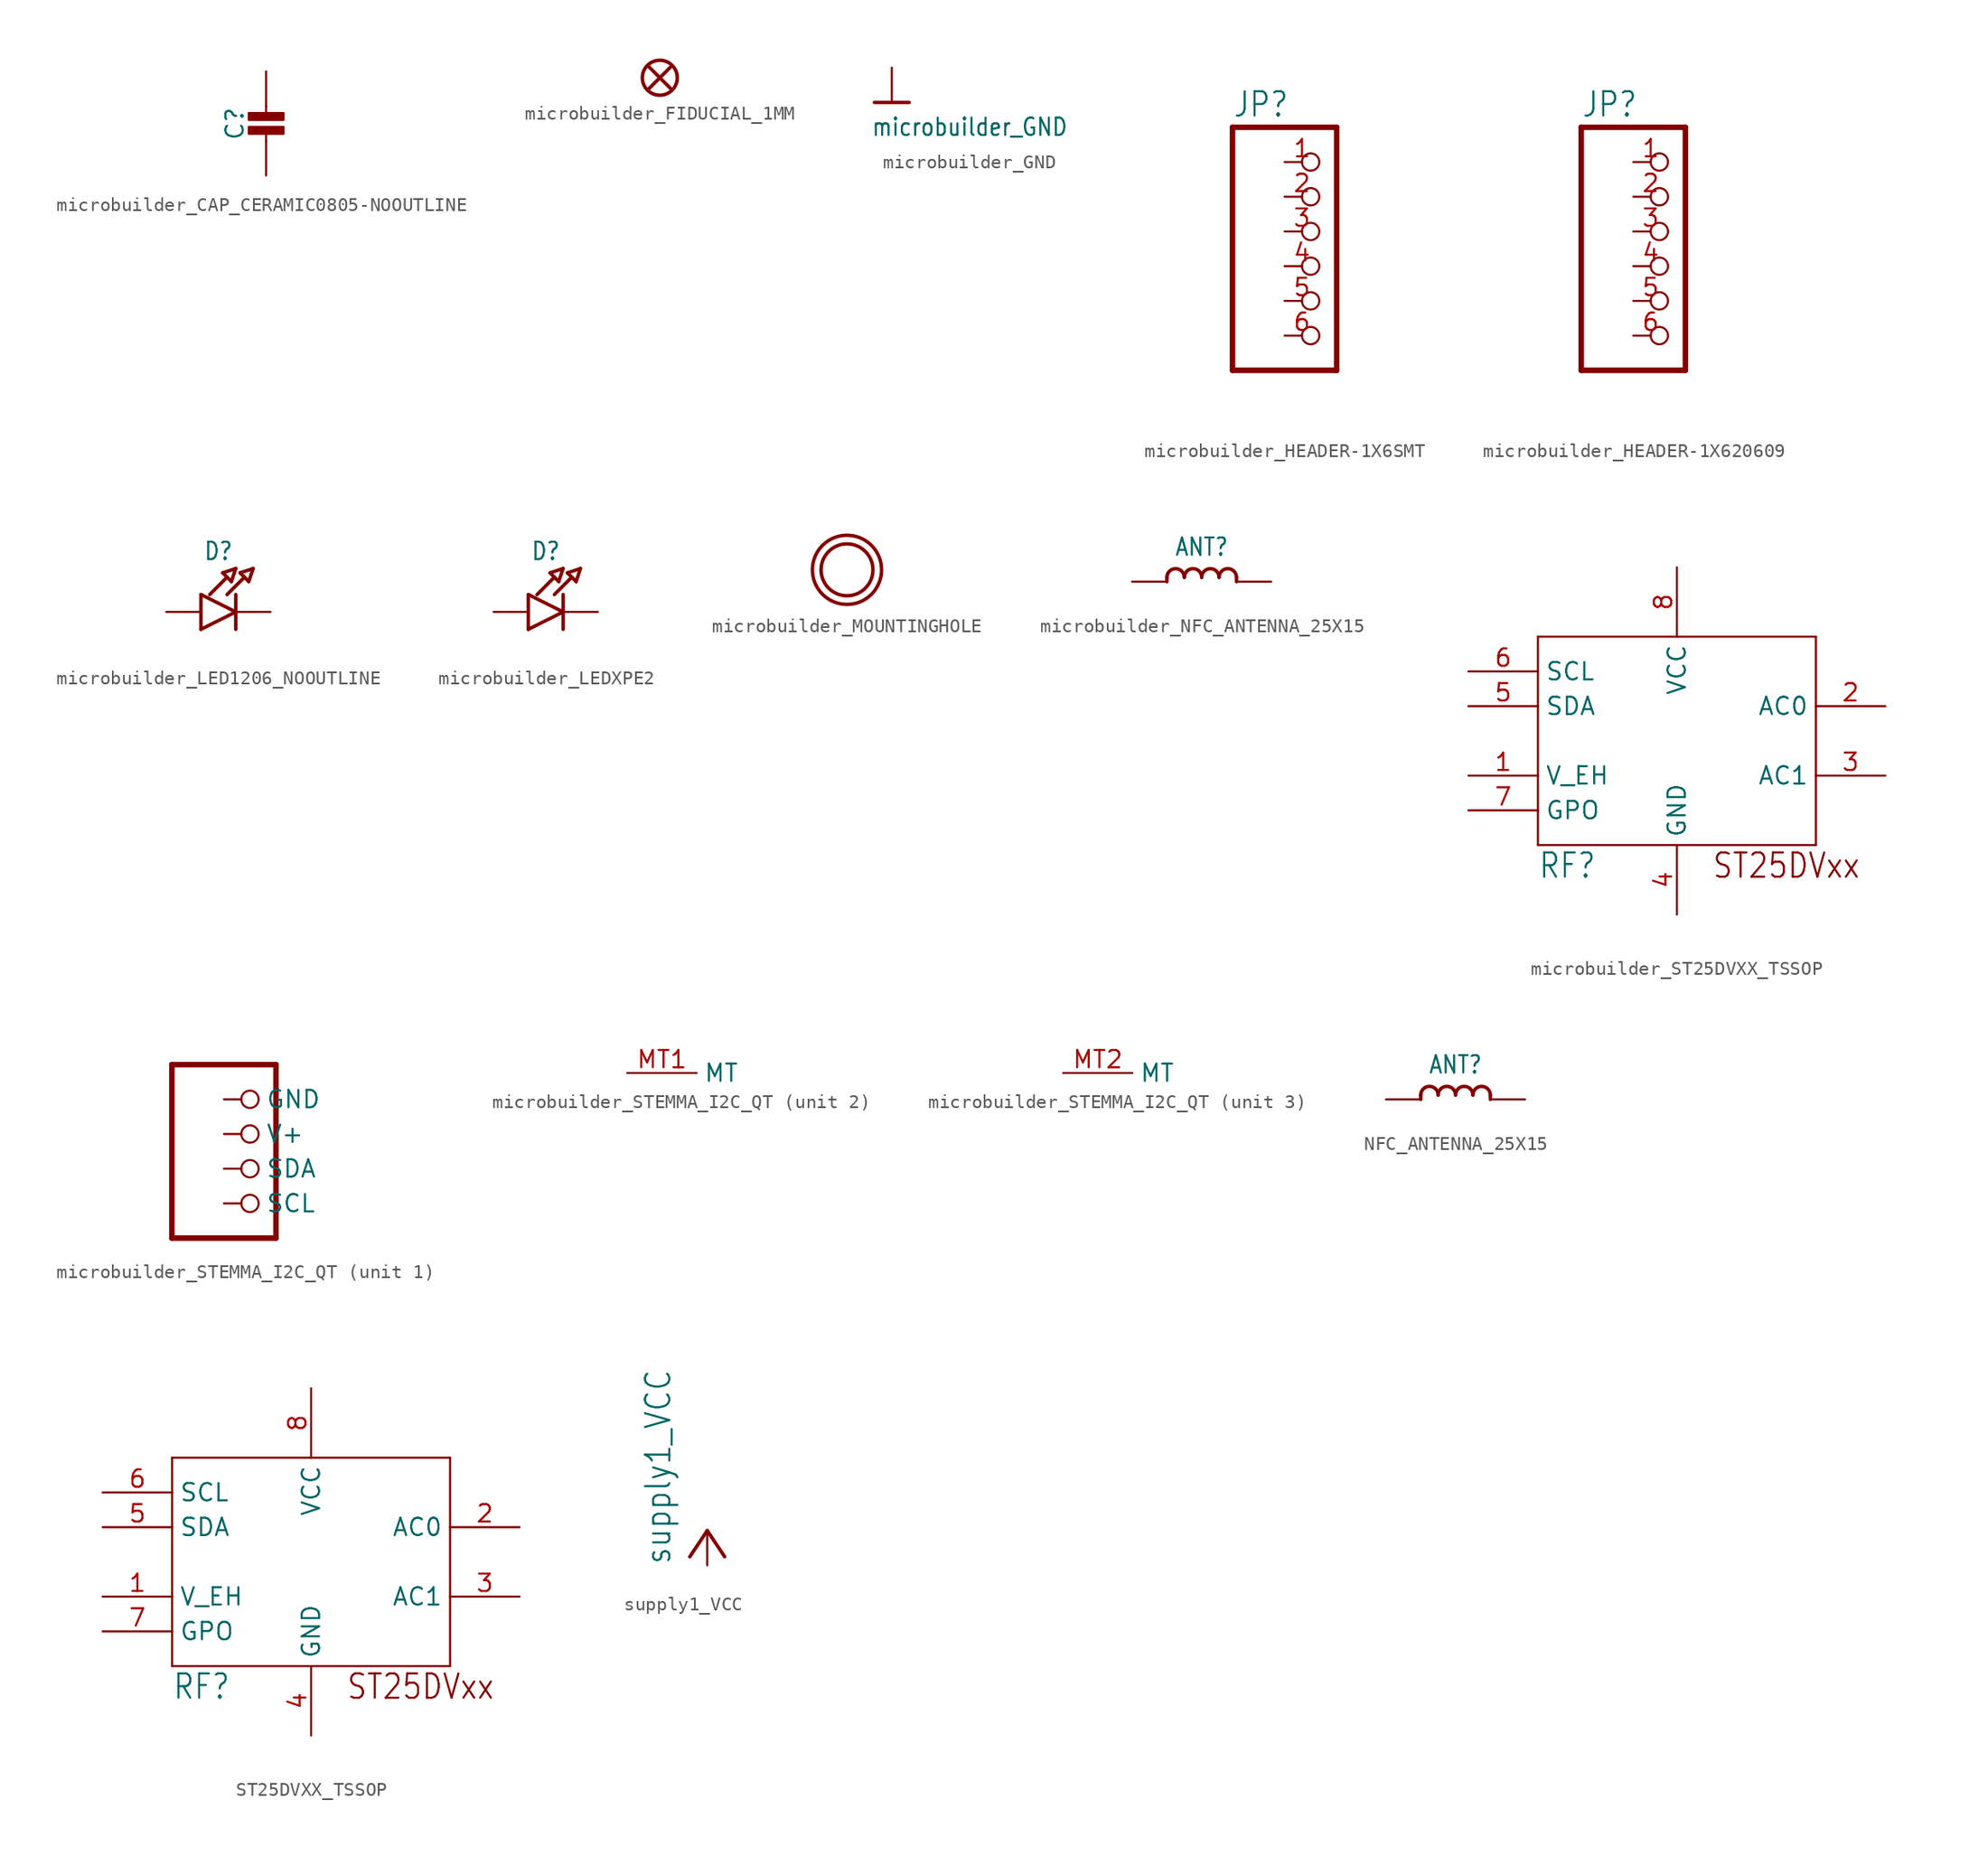
<source format=kicad_sym>
(kicad_symbol_lib
  (version 20220914)
  (generator kicad_symbol_editor)
  (symbol "microbuilder_CAP_CERAMIC0805-NOOUTLINE"
    (property "Reference" "C"
      (at -2.29 1.25 90)
      (effects (font (size 1.27 1.27))))
    (property "Value" ""
      (at 2.3 1.25 90)
      (effects (font (size 1.27 1.27))))
    (property "ki_locked" ""
      (at 0 0 0)
      (effects (font (size 1.27 1.27))))
    (symbol "microbuilder_CAP_CERAMIC0805-NOOUTLINE_1_0"
      (rectangle (start -1.27 0.508) (end 1.27 1.016) (stroke (width 0) (type default)) (fill (type outline)))
      (rectangle (start -1.27 1.524) (end 1.27 2.032) (stroke (width 0) (type default)) (fill (type outline)))
      (polyline (pts (xy 0 0.762) (xy 0 0)) (stroke (width 0.152) (type solid)) (fill (type none)))
      (polyline (pts (xy 0 2.54) (xy 0 1.778)) (stroke (width 0.152) (type solid)) (fill (type none)))
      (pin passive line (at 0 5.08 270) (length 2.54) (name "1" (effects (font (size 0 0)))) (number "1" (effects (font (size 0 0)))))
      (pin passive line (at 0 -2.54 90) (length 2.54) (name "2" (effects (font (size 0 0)))) (number "2" (effects (font (size 0 0)))))))
  (symbol "microbuilder_FIDUCIAL_1MM"
    (property "Reference" "FID"
      (at 0 0 0)
      (effects (font (size 1.27 1.27)) hide))
    (property "ki_locked" ""
      (at 0 0 0)
      (effects (font (size 1.27 1.27))))
    (symbol "microbuilder_FIDUCIAL_1MM_1_0"
      (polyline (pts (xy -0.762 0.762) (xy 0.762 -0.762)) (stroke (width 0.254) (type solid)) (fill (type none)))
      (polyline (pts (xy 0.762 0.762) (xy -0.762 -0.762)) (stroke (width 0.254) (type solid)) (fill (type none)))
      (circle (center 0 0) (radius 1.27) (stroke (width 0.254) (type solid)) (fill (type none)))))
  (symbol "microbuilder_GND"
    (power)
    (property "Reference" ""
      (at 0 0 0)
      (effects (font (size 1.27 1.27)) hide))
    (property "Value" "microbuilder_GND"
      (at -1.524 -2.54 0)
      (effects (font (size 1.27 1.079)) (justify left bottom)))
    (property "ki_locked" ""
      (at 0 0 0)
      (effects (font (size 1.27 1.27))))
    (symbol "microbuilder_GND_1_0"
      (polyline (pts (xy -1.27 0) (xy 1.27 0)) (stroke (width 0.254) (type solid)) (fill (type none)))
      (pin power_in line (at 0 2.54 270) (length 2.54) (name "GND" (effects (font (size 0 0)))) (number "1" (effects (font (size 0 0)))))))
  (symbol "microbuilder_HEADER-1X6SMT"
    (property "Reference" "JP"
      (at -6.35 10.795 0)
      (effects (font (size 1.778 1.511)) (justify left bottom)))
    (property "Value" ""
      (at -6.35 -10.16 0)
      (effects (font (size 1.778 1.511)) (justify left bottom)))
    (property "ki_locked" ""
      (at 0 0 0)
      (effects (font (size 1.27 1.27))))
    (symbol "microbuilder_HEADER-1X6SMT_1_0"
      (polyline (pts (xy -6.35 -7.62) (xy 1.27 -7.62)) (stroke (width 0.406) (type solid)) (fill (type none)))
      (polyline (pts (xy -6.35 10.16) (xy -6.35 -7.62)) (stroke (width 0.406) (type solid)) (fill (type none)))
      (polyline (pts (xy 1.27 -7.62) (xy 1.27 10.16)) (stroke (width 0.406) (type solid)) (fill (type none)))
      (polyline (pts (xy 1.27 10.16) (xy -6.35 10.16)) (stroke (width 0.406) (type solid)) (fill (type none)))
      (pin passive inverted (at -2.54 7.62 0) (length 2.54) (name "1" (effects (font (size 0 0)))) (number "1" (effects (font (size 1.27 1.27)))))
      (pin passive inverted (at -2.54 5.08 0) (length 2.54) (name "2" (effects (font (size 0 0)))) (number "2" (effects (font (size 1.27 1.27)))))
      (pin passive inverted (at -2.54 2.54 0) (length 2.54) (name "3" (effects (font (size 0 0)))) (number "3" (effects (font (size 1.27 1.27)))))
      (pin passive inverted (at -2.54 0 0) (length 2.54) (name "4" (effects (font (size 0 0)))) (number "4" (effects (font (size 1.27 1.27)))))
      (pin passive inverted (at -2.54 -2.54 0) (length 2.54) (name "5" (effects (font (size 0 0)))) (number "5" (effects (font (size 1.27 1.27)))))
      (pin passive inverted (at -2.54 -5.08 0) (length 2.54) (name "6" (effects (font (size 0 0)))) (number "6" (effects (font (size 1.27 1.27)))))))
  (symbol "microbuilder_HEADER-1X620609"
    (property "Reference" "JP"
      (at -6.35 10.795 0)
      (effects (font (size 1.778 1.511)) (justify left bottom)))
    (property "Value" ""
      (at -6.35 -10.16 0)
      (effects (font (size 1.778 1.511)) (justify left bottom)))
    (property "ki_locked" ""
      (at 0 0 0)
      (effects (font (size 1.27 1.27))))
    (symbol "microbuilder_HEADER-1X620609_1_0"
      (polyline (pts (xy -6.35 -7.62) (xy 1.27 -7.62)) (stroke (width 0.406) (type solid)) (fill (type none)))
      (polyline (pts (xy -6.35 10.16) (xy -6.35 -7.62)) (stroke (width 0.406) (type solid)) (fill (type none)))
      (polyline (pts (xy 1.27 -7.62) (xy 1.27 10.16)) (stroke (width 0.406) (type solid)) (fill (type none)))
      (polyline (pts (xy 1.27 10.16) (xy -6.35 10.16)) (stroke (width 0.406) (type solid)) (fill (type none)))
      (pin passive inverted (at -2.54 7.62 0) (length 2.54) (name "1" (effects (font (size 0 0)))) (number "1" (effects (font (size 1.27 1.27)))))
      (pin passive inverted (at -2.54 5.08 0) (length 2.54) (name "2" (effects (font (size 0 0)))) (number "2" (effects (font (size 1.27 1.27)))))
      (pin passive inverted (at -2.54 2.54 0) (length 2.54) (name "3" (effects (font (size 0 0)))) (number "3" (effects (font (size 1.27 1.27)))))
      (pin passive inverted (at -2.54 0 0) (length 2.54) (name "4" (effects (font (size 0 0)))) (number "4" (effects (font (size 1.27 1.27)))))
      (pin passive inverted (at -2.54 -2.54 0) (length 2.54) (name "5" (effects (font (size 0 0)))) (number "5" (effects (font (size 1.27 1.27)))))
      (pin passive inverted (at -2.54 -5.08 0) (length 2.54) (name "6" (effects (font (size 0 0)))) (number "6" (effects (font (size 1.27 1.27)))))))
  (symbol "microbuilder_LED1206_NOOUTLINE"
    (property "Reference" "D"
      (at -1.27 4.445 0)
      (effects (font (size 1.27 1.079))))
    (property "Value" ""
      (at -1.27 -2.794 0)
      (effects (font (size 1.27 1.079))))
    (property "ki_locked" ""
      (at 0 0 0)
      (effects (font (size 1.27 1.27))))
    (symbol "microbuilder_LED1206_NOOUTLINE_1_0"
      (polyline (pts (xy -2.54 -1.27) (xy 0 0)) (stroke (width 0.254) (type solid)) (fill (type none)))
      (polyline (pts (xy -2.54 1.27) (xy -2.54 -1.27)) (stroke (width 0.254) (type solid)) (fill (type none)))
      (polyline (pts (xy -1.905 1.27) (xy -0.635 2.54)) (stroke (width 0.254) (type solid)) (fill (type none)))
      (polyline (pts (xy -0.953 2.857) (xy -0.318 2.223)) (stroke (width 0.254) (type solid)) (fill (type none)))
      (polyline (pts (xy -0.635 1.27) (xy 0.635 2.54)) (stroke (width 0.254) (type solid)) (fill (type none)))
      (polyline (pts (xy -0.318 2.223) (xy 0 3.175)) (stroke (width 0.254) (type solid)) (fill (type none)))
      (polyline (pts (xy 0 0) (xy -2.54 1.27)) (stroke (width 0.254) (type solid)) (fill (type none)))
      (polyline (pts (xy 0 0) (xy 0 -1.27)) (stroke (width 0.254) (type solid)) (fill (type none)))
      (polyline (pts (xy 0 1.27) (xy 0 0)) (stroke (width 0.254) (type solid)) (fill (type none)))
      (polyline (pts (xy 0 3.175) (xy -0.953 2.857)) (stroke (width 0.254) (type solid)) (fill (type none)))
      (polyline (pts (xy 0.318 2.857) (xy 0.953 2.223)) (stroke (width 0.254) (type solid)) (fill (type none)))
      (polyline (pts (xy 0.953 2.223) (xy 1.27 3.175)) (stroke (width 0.254) (type solid)) (fill (type none)))
      (polyline (pts (xy 1.27 3.175) (xy 0.318 2.857)) (stroke (width 0.254) (type solid)) (fill (type none)))
      (pin passive line (at -5.08 0 0) (length 2.54) (name "A" (effects (font (size 0 0)))) (number "A" (effects (font (size 0 0)))))
      (pin passive line (at 2.54 0 180) (length 2.54) (name "C" (effects (font (size 0 0)))) (number "C" (effects (font (size 0 0)))))))
  (symbol "microbuilder_LEDXPE2"
    (property "Reference" "D"
      (at -1.27 4.445 0)
      (effects (font (size 1.27 1.079))))
    (property "Value" ""
      (at -1.27 -2.794 0)
      (effects (font (size 1.27 1.079))))
    (property "ki_locked" ""
      (at 0 0 0)
      (effects (font (size 1.27 1.27))))
    (symbol "microbuilder_LEDXPE2_1_0"
      (polyline (pts (xy -2.54 -1.27) (xy 0 0)) (stroke (width 0.254) (type solid)) (fill (type none)))
      (polyline (pts (xy -2.54 1.27) (xy -2.54 -1.27)) (stroke (width 0.254) (type solid)) (fill (type none)))
      (polyline (pts (xy -1.905 1.27) (xy -0.635 2.54)) (stroke (width 0.254) (type solid)) (fill (type none)))
      (polyline (pts (xy -0.953 2.857) (xy -0.318 2.223)) (stroke (width 0.254) (type solid)) (fill (type none)))
      (polyline (pts (xy -0.635 1.27) (xy 0.635 2.54)) (stroke (width 0.254) (type solid)) (fill (type none)))
      (polyline (pts (xy -0.318 2.223) (xy 0 3.175)) (stroke (width 0.254) (type solid)) (fill (type none)))
      (polyline (pts (xy 0 0) (xy -2.54 1.27)) (stroke (width 0.254) (type solid)) (fill (type none)))
      (polyline (pts (xy 0 0) (xy 0 -1.27)) (stroke (width 0.254) (type solid)) (fill (type none)))
      (polyline (pts (xy 0 1.27) (xy 0 0)) (stroke (width 0.254) (type solid)) (fill (type none)))
      (polyline (pts (xy 0 3.175) (xy -0.953 2.857)) (stroke (width 0.254) (type solid)) (fill (type none)))
      (polyline (pts (xy 0.318 2.857) (xy 0.953 2.223)) (stroke (width 0.254) (type solid)) (fill (type none)))
      (polyline (pts (xy 0.953 2.223) (xy 1.27 3.175)) (stroke (width 0.254) (type solid)) (fill (type none)))
      (polyline (pts (xy 1.27 3.175) (xy 0.318 2.857)) (stroke (width 0.254) (type solid)) (fill (type none)))
      (pin passive line (at -5.08 0 0) (length 2.54) (name "A" (effects (font (size 0 0)))) (number "ANODE" (effects (font (size 0 0)))))
      (pin passive line (at 2.54 0 180) (length 2.54) (name "C" (effects (font (size 0 0)))) (number "CATHODE" (effects (font (size 0 0)))))))
  (symbol "microbuilder_MOUNTINGHOLE"
    (property "Reference" ""
      (at 0 0 0)
      (effects (font (size 1.27 1.27)) hide))
    (property "ki_locked" ""
      (at 0 0 0)
      (effects (font (size 1.27 1.27))))
    (symbol "microbuilder_MOUNTINGHOLE_1_0"
      (circle (center 0 0) (radius 1.905) (stroke (width 0.254) (type solid)) (fill (type none)))
      (circle (center 0 0) (radius 2.54) (stroke (width 0.254) (type solid)) (fill (type none)))))
  (symbol "microbuilder_NFC_ANTENNA_25X15"
    (property "Reference" "ANT"
      (at 0 2.54 0)
      (effects (font (size 1.27 1.079))))
    (property "Value" ""
      (at 0 -1.54 0)
      (effects (font (size 1.27 1.079))))
    (property "ki_locked" ""
      (at 0 0 0)
      (effects (font (size 1.27 1.27))))
    (symbol "microbuilder_NFC_ANTENNA_25X15_1_0"
      (arc (start -1.27 0.3173) (mid -1.9049 0.9524) (end -2.54 0.3175) (stroke (width 0.254) (type solid)) (fill (type none)))
      (polyline (pts (xy -2.54 0.318) (xy -2.54 0)) (stroke (width 0.254) (type solid)) (fill (type none)))
      (polyline (pts (xy 2.54 0.318) (xy 2.54 0)) (stroke (width 0.254) (type solid)) (fill (type none)))
      (arc (start 0 0.3173) (mid -0.6349 0.9524) (end -1.27 0.3175) (stroke (width 0.254) (type solid)) (fill (type none)))
      (arc (start 1.27 0.3173) (mid 0.6351 0.9524) (end 0 0.3175) (stroke (width 0.254) (type solid)) (fill (type none)))
      (arc (start 2.54 0.3173) (mid 1.9051 0.9524) (end 1.27 0.3175) (stroke (width 0.254) (type solid)) (fill (type none)))
      (pin passive line (at -5.08 0 0) (length 2.54) (name "1" (effects (font (size 0 0)))) (number "P$1" (effects (font (size 0 0)))))
      (pin passive line (at 5.08 0 180) (length 2.54) (name "2" (effects (font (size 0 0)))) (number "P$2" (effects (font (size 0 0)))))))
  (symbol "microbuilder_ST25DVXX_TSSOP"
    (property "Reference" "RF"
      (at -10.16 -10.16 0)
      (effects (font (size 1.778 1.511)) (justify left bottom)))
    (property "ki_locked" ""
      (at 0 0 0)
      (effects (font (size 1.27 1.27))))
    (symbol "microbuilder_ST25DVXX_TSSOP_1_0"
      (polyline (pts (xy -10.16 -7.62) (xy -10.16 7.62)) (stroke (width 0.152) (type solid)) (fill (type none)))
      (polyline (pts (xy -10.16 7.62) (xy 10.16 7.62)) (stroke (width 0.152) (type solid)) (fill (type none)))
      (polyline (pts (xy 10.16 -7.62) (xy -10.16 -7.62)) (stroke (width 0.152) (type solid)) (fill (type none)))
      (polyline (pts (xy 10.16 7.62) (xy 10.16 -7.62)) (stroke (width 0.152) (type solid)) (fill (type none)))
      (text "ST25DVxx" (at 2.54 -10.16 0) (effects (font (size 1.778 1.511)) (justify left bottom)))
      (pin output line (at -15.24 -2.54 0) (length 5.08) (name "V_EH" (effects (font (size 1.27 1.27)))) (number "1" (effects (font (size 1.27 1.27)))))
      (pin passive line (at 15.24 2.54 180) (length 5.08) (name "AC0" (effects (font (size 1.27 1.27)))) (number "2" (effects (font (size 1.27 1.27)))))
      (pin passive line (at 15.24 -2.54 180) (length 5.08) (name "AC1" (effects (font (size 1.27 1.27)))) (number "3" (effects (font (size 1.27 1.27)))))
      (pin power_in line (at 0 -12.7 90) (length 5.08) (name "GND" (effects (font (size 1.27 1.27)))) (number "4" (effects (font (size 1.27 1.27)))))
      (pin bidirectional line (at -15.24 2.54 0) (length 5.08) (name "SDA" (effects (font (size 1.27 1.27)))) (number "5" (effects (font (size 1.27 1.27)))))
      (pin bidirectional line (at -15.24 5.08 0) (length 5.08) (name "SCL" (effects (font (size 1.27 1.27)))) (number "6" (effects (font (size 1.27 1.27)))))
      (pin output line (at -15.24 -5.08 0) (length 5.08) (name "GPO" (effects (font (size 1.27 1.27)))) (number "7" (effects (font (size 1.27 1.27)))))
      (pin power_in line (at 0 12.7 270) (length 5.08) (name "VCC" (effects (font (size 1.27 1.27)))) (number "8" (effects (font (size 1.27 1.27)))))))
  (symbol "microbuilder_STEMMA_I2C_QT"
    (property "Reference" "CONN"
      (at -3.81 8.255 0)
      (effects (font (size 1.778 1.511)) (justify left bottom) hide))
    (property "ki_locked" ""
      (at 0 0 0)
      (effects (font (size 1.27 1.27))))
    (symbol "microbuilder_STEMMA_I2C_QT_1_0"
      (polyline (pts (xy -3.81 -5.08) (xy 3.81 -5.08)) (stroke (width 0.406) (type solid)) (fill (type none)))
      (polyline (pts (xy -3.81 7.62) (xy -3.81 -5.08)) (stroke (width 0.406) (type solid)) (fill (type none)))
      (polyline (pts (xy 3.81 -5.08) (xy 3.81 7.62)) (stroke (width 0.406) (type solid)) (fill (type none)))
      (polyline (pts (xy 3.81 7.62) (xy -3.81 7.62)) (stroke (width 0.406) (type solid)) (fill (type none)))
      (pin passive inverted (at 0 5.08 0) (length 2.54) (name "GND" (effects (font (size 1.27 1.27)))) (number "1" (effects (font (size 0 0)))))
      (pin passive inverted (at 0 2.54 0) (length 2.54) (name "V+" (effects (font (size 1.27 1.27)))) (number "2" (effects (font (size 0 0)))))
      (pin passive inverted (at 0 0 0) (length 2.54) (name "SDA" (effects (font (size 1.27 1.27)))) (number "3" (effects (font (size 0 0)))))
      (pin passive inverted (at 0 -2.54 0) (length 2.54) (name "SCL" (effects (font (size 1.27 1.27)))) (number "4" (effects (font (size 0 0))))))
    (symbol "microbuilder_STEMMA_I2C_QT_2_0"
      (pin bidirectional line (at 0 0 0) (length 5.08) (name "MT" (effects (font (size 1.27 1.27)))) (number "MT1" (effects (font (size 1.27 1.27))))))
    (symbol "microbuilder_STEMMA_I2C_QT_3_0"
      (pin bidirectional line (at 0 0 0) (length 5.08) (name "MT" (effects (font (size 1.27 1.27)))) (number "MT2" (effects (font (size 1.27 1.27)))))))
  (symbol "NFC_ANTENNA_25X15"
    (property "Reference" "ANT"
      (at 0 2.54 0)
      (effects (font (size 1.27 1.079))))
    (property "Value" ""
      (at 0 -1.54 0)
      (effects (font (size 1.27 1.079))))
    (property "ki_locked" ""
      (at 0 0 0)
      (effects (font (size 1.27 1.27))))
    (symbol "NFC_ANTENNA_25X15_1_0"
      (arc (start -1.27 0.3173) (mid -1.9049 0.9497) (end -2.54 0.3175) (stroke (width 0.254) (type solid)) (fill (type none)))
      (polyline (pts (xy -2.54 0.318) (xy -2.54 0)) (stroke (width 0.254) (type solid)) (fill (type none)))
      (polyline (pts (xy 2.54 0.318) (xy 2.54 0)) (stroke (width 0.254) (type solid)) (fill (type none)))
      (arc (start 0 0.3173) (mid -0.6349 0.9497) (end -1.27 0.3175) (stroke (width 0.254) (type solid)) (fill (type none)))
      (arc (start 1.27 0.3173) (mid 0.6351 0.9497) (end 0 0.3175) (stroke (width 0.254) (type solid)) (fill (type none)))
      (arc (start 2.54 0.3173) (mid 1.9051 0.9497) (end 1.27 0.3175) (stroke (width 0.254) (type solid)) (fill (type none)))
      (pin passive line (at -5.08 0 0) (length 2.54) (name "1" (effects (font (size 0 0)))) (number "P$1" (effects (font (size 0 0)))))
      (pin passive line (at 5.08 0 180) (length 2.54) (name "2" (effects (font (size 0 0)))) (number "P$2" (effects (font (size 0 0)))))))
  (symbol "ST25DVXX_TSSOP"
    (property "Reference" "RF"
      (at -10.16 -10.16 0)
      (effects (font (size 1.778 1.511)) (justify left bottom)))
    (property "ki_locked" ""
      (at 0 0 0)
      (effects (font (size 1.27 1.27))))
    (symbol "ST25DVXX_TSSOP_1_0"
      (polyline (pts (xy -10.16 -7.62) (xy -10.16 7.62)) (stroke (width 0.152) (type solid)) (fill (type none)))
      (polyline (pts (xy -10.16 7.62) (xy 10.16 7.62)) (stroke (width 0.152) (type solid)) (fill (type none)))
      (polyline (pts (xy 10.16 -7.62) (xy -10.16 -7.62)) (stroke (width 0.152) (type solid)) (fill (type none)))
      (polyline (pts (xy 10.16 7.62) (xy 10.16 -7.62)) (stroke (width 0.152) (type solid)) (fill (type none)))
      (text "ST25DVxx" (at 2.54 -10.16 0) (effects (font (size 1.778 1.511)) (justify left bottom)))
      (pin output line (at -15.24 -2.54 0) (length 5.08) (name "V_EH" (effects (font (size 1.27 1.27)))) (number "1" (effects (font (size 1.27 1.27)))))
      (pin passive line (at 15.24 2.54 180) (length 5.08) (name "AC0" (effects (font (size 1.27 1.27)))) (number "2" (effects (font (size 1.27 1.27)))))
      (pin passive line (at 15.24 -2.54 180) (length 5.08) (name "AC1" (effects (font (size 1.27 1.27)))) (number "3" (effects (font (size 1.27 1.27)))))
      (pin power_in line (at 0 -12.7 90) (length 5.08) (name "GND" (effects (font (size 1.27 1.27)))) (number "4" (effects (font (size 1.27 1.27)))))
      (pin bidirectional line (at -15.24 2.54 0) (length 5.08) (name "SDA" (effects (font (size 1.27 1.27)))) (number "5" (effects (font (size 1.27 1.27)))))
      (pin bidirectional line (at -15.24 5.08 0) (length 5.08) (name "SCL" (effects (font (size 1.27 1.27)))) (number "6" (effects (font (size 1.27 1.27)))))
      (pin output line (at -15.24 -5.08 0) (length 5.08) (name "GPO" (effects (font (size 1.27 1.27)))) (number "7" (effects (font (size 1.27 1.27)))))
      (pin power_in line (at 0 12.7 270) (length 5.08) (name "VCC" (effects (font (size 1.27 1.27)))) (number "8" (effects (font (size 1.27 1.27)))))))
  (symbol "supply1_VCC"
    (power)
    (property "Reference" "#P+"
      (at 0 0 0)
      (effects (font (size 1.27 1.27)) hide))
    (property "Value" "supply1_VCC"
      (at -2.54 -2.54 90)
      (effects (font (size 1.778 1.511)) (justify left bottom)))
    (property "ki_locked" ""
      (at 0 0 0)
      (effects (font (size 1.27 1.27))))
    (symbol "supply1_VCC_1_0"
      (polyline (pts (xy 0 0) (xy -1.27 -1.905)) (stroke (width 0.254) (type solid)) (fill (type none)))
      (polyline (pts (xy 1.27 -1.905) (xy 0 0)) (stroke (width 0.254) (type solid)) (fill (type none)))
      (pin power_in line (at 0 -2.54 90) (length 2.54) (name "VCC" (effects (font (size 0 0)))) (number "1" (effects (font (size 0 0))))))))
</source>
